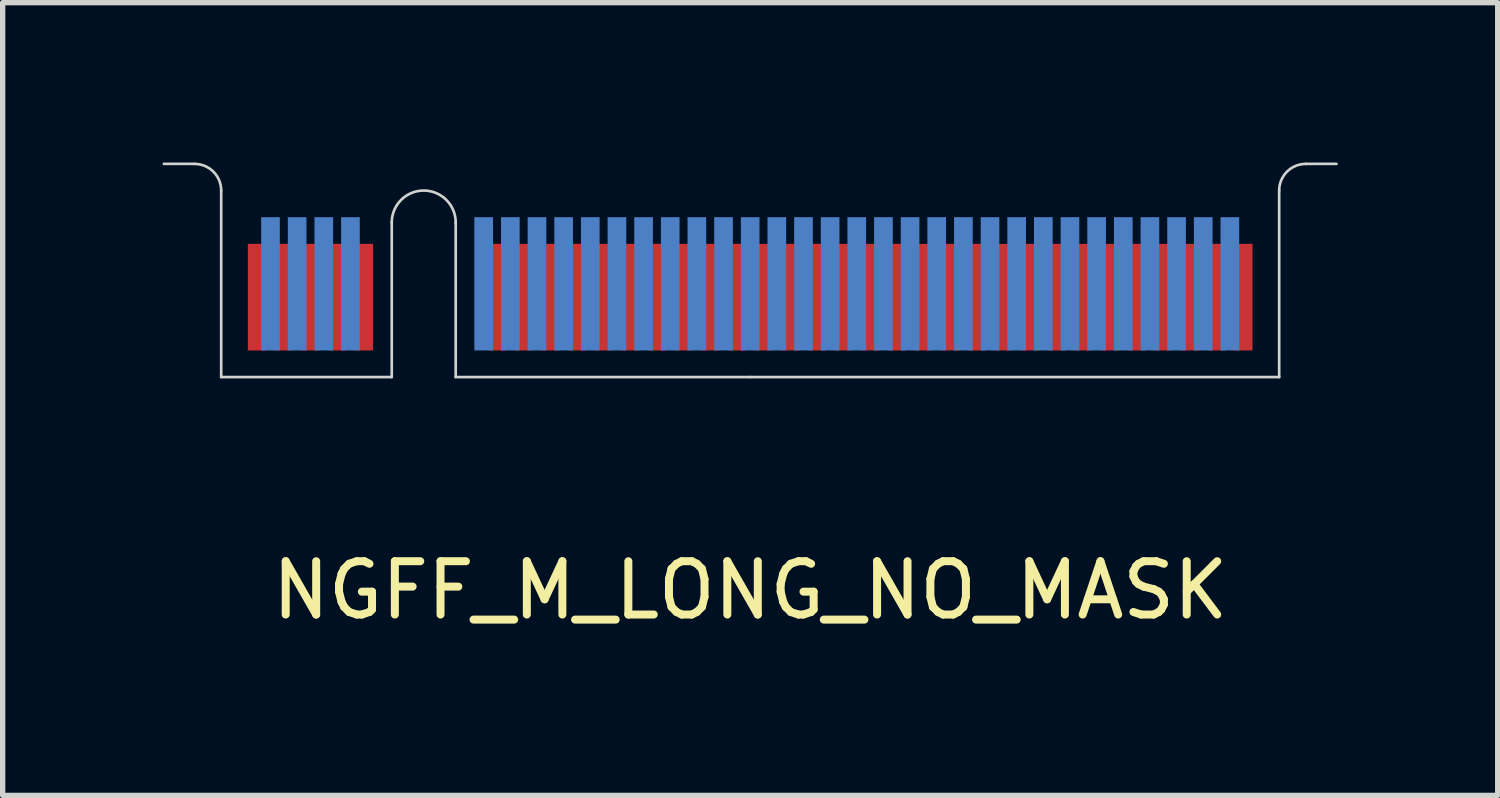
<source format=kicad_pcb>
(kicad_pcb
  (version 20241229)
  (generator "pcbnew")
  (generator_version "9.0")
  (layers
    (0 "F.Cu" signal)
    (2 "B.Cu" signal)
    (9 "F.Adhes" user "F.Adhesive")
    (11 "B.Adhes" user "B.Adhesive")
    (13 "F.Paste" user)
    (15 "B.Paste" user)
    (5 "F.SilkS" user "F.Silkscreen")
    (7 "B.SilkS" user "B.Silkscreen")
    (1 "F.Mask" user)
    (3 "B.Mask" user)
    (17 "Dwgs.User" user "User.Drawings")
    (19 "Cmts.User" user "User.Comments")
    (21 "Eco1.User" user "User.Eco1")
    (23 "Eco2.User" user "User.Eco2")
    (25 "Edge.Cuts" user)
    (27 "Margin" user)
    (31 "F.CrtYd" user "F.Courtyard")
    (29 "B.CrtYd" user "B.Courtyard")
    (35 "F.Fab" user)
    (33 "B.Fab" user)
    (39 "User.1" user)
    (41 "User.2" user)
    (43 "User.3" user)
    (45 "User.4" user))
  (footprint "NGFF_M_LONG_NO_MASK"
    (layer "F.Cu")
    (at 11.025 4.025)
    (property "Reference" "NGFF_M_LONG_NO_MASK" (at 0 4 0) (layer "F.SilkS") (effects (font (size 1 1) (thickness 0.15))))
    (attr smd allow_soldermask_bridges)
    (fp_rect (start -9.925 -2.7) (end -6.725 0) (stroke (width 0.1) (type solid)) (fill yes) (layer "F.Mask"))
    (fp_rect (start -5.525 -2.7) (end 9.925 0) (stroke (width 0.1) (type solid)) (fill yes) (layer "F.Mask"))
    (fp_rect (start -9.925 -3.2) (end -6.725 0) (stroke (width 0.1) (type solid)) (fill yes) (layer "B.Mask"))
    (fp_rect (start -5.525 -3.2) (end 9.925 0) (stroke (width 0.1) (type solid)) (fill yes) (layer "B.Mask"))
    (fp_line (start -11 -4) (end -10.425 -4) (stroke (width 0.05) (type solid)) (layer "Edge.Cuts"))
    (fp_line (start -9.925 -3.5) (end -9.925 0) (stroke (width 0.05) (type solid)) (layer "Edge.Cuts"))
    (fp_line (start -9.925 0) (end -6.725 0) (stroke (width 0.05) (type solid)) (layer "Edge.Cuts"))
    (fp_line (start -6.725 0) (end -6.725 -2.9) (stroke (width 0.05) (type solid)) (layer "Edge.Cuts"))
    (fp_line (start -5.525 -2.9) (end -5.525 0) (stroke (width 0.05) (type solid)) (layer "Edge.Cuts"))
    (fp_line (start -5.525 0) (end 0 0) (stroke (width 0.05) (type solid)) (layer "Edge.Cuts"))
    (fp_line (start 0 0) (end 9.925 0) (stroke (width 0.05) (type solid)) (layer "Edge.Cuts"))
    (fp_line (start 9.925 0) (end 9.925 -3.5) (stroke (width 0.05) (type solid)) (layer "Edge.Cuts"))
    (fp_line (start 10.425 -4) (end 11 -4) (stroke (width 0.05) (type solid)) (layer "Edge.Cuts"))
    (fp_arc (start -10.425 -4) (mid -10.071447 -3.853553) (end -9.925 -3.5) (stroke (width 0.05) (type solid)) (layer "Edge.Cuts"))
    (fp_arc (start -6.725 -2.9) (mid -6.125 -3.5) (end -5.525 -2.9) (stroke (width 0.05) (type solid)) (layer "Edge.Cuts"))
    (fp_arc (start 9.925 -3.5) (mid 10.071447 -3.853553) (end 10.425 -4) (stroke (width 0.05) (type solid)) (layer "Edge.Cuts"))
    (pad "1" smd rect (at 9.25 -1.5) (size 0.35 2) (layers "F.Cu"))
    (pad "2" smd rect (at 9 -1.75) (size 0.35 2.5) (layers "B.Cu"))
    (pad "3" smd rect (at 8.75 -1.5) (size 0.35 2) (layers "F.Cu"))
    (pad "4" smd rect (at 8.5 -1.75) (size 0.35 2.5) (layers "B.Cu"))
    (pad "5" smd rect (at 8.25 -1.5) (size 0.35 2) (layers "F.Cu"))
    (pad "6" smd rect (at 8 -1.75) (size 0.35 2.5) (layers "B.Cu"))
    (pad "7" smd rect (at 7.75 -1.5) (size 0.35 2) (layers "F.Cu"))
    (pad "8" smd rect (at 7.5 -1.75) (size 0.35 2.5) (layers "B.Cu"))
    (pad "9" smd rect (at 7.25 -1.5) (size 0.35 2) (layers "F.Cu"))
    (pad "10" smd rect (at 7 -1.75) (size 0.35 2.5) (layers "B.Cu"))
    (pad "11" smd rect (at 6.75 -1.5) (size 0.35 2) (layers "F.Cu"))
    (pad "12" smd rect (at 6.5 -1.75) (size 0.35 2.5) (layers "B.Cu"))
    (pad "13" smd rect (at 6.25 -1.5) (size 0.35 2) (layers "F.Cu"))
    (pad "14" smd rect (at 6 -1.75) (size 0.35 2.5) (layers "B.Cu"))
    (pad "15" smd rect (at 5.75 -1.5) (size 0.35 2) (layers "F.Cu"))
    (pad "16" smd rect (at 5.5 -1.75) (size 0.35 2.5) (layers "B.Cu"))
    (pad "17" smd rect (at 5.25 -1.5) (size 0.35 2) (layers "F.Cu"))
    (pad "18" smd rect (at 5 -1.75) (size 0.35 2.5) (layers "B.Cu"))
    (pad "19" smd rect (at 4.75 -1.5) (size 0.35 2) (layers "F.Cu"))
    (pad "20" smd rect (at 4.5 -1.75) (size 0.35 2.5) (layers "B.Cu"))
    (pad "21" smd rect (at 4.25 -1.5) (size 0.35 2) (layers "F.Cu"))
    (pad "22" smd rect (at 4 -1.75) (size 0.35 2.5) (layers "B.Cu"))
    (pad "23" smd rect (at 3.75 -1.5) (size 0.35 2) (layers "F.Cu"))
    (pad "24" smd rect (at 3.5 -1.75) (size 0.35 2.5) (layers "B.Cu"))
    (pad "25" smd rect (at 3.25 -1.5) (size 0.35 2) (layers "F.Cu"))
    (pad "26" smd rect (at 3 -1.75) (size 0.35 2.5) (layers "B.Cu"))
    (pad "27" smd rect (at 2.75 -1.5) (size 0.35 2) (layers "F.Cu"))
    (pad "28" smd rect (at 2.5 -1.75) (size 0.35 2.5) (layers "B.Cu"))
    (pad "29" smd rect (at 2.25 -1.5) (size 0.35 2) (layers "F.Cu"))
    (pad "30" smd rect (at 2 -1.75) (size 0.35 2.5) (layers "B.Cu"))
    (pad "31" smd rect (at 1.75 -1.5) (size 0.35 2) (layers "F.Cu"))
    (pad "32" smd rect (at 1.5 -1.75) (size 0.35 2.5) (layers "B.Cu"))
    (pad "33" smd rect (at 1.25 -1.5) (size 0.35 2) (layers "F.Cu"))
    (pad "34" smd rect (at 1 -1.75) (size 0.35 2.5) (layers "B.Cu"))
    (pad "35" smd rect (at 0.75 -1.5) (size 0.35 2) (layers "F.Cu"))
    (pad "36" smd rect (at 0.5 -1.75) (size 0.35 2.5) (layers "B.Cu"))
    (pad "37" smd rect (at 0.25 -1.5) (size 0.35 2) (layers "F.Cu"))
    (pad "38" smd rect (at 0 -1.75) (size 0.35 2.5) (layers "B.Cu"))
    (pad "39" smd rect (at -0.25 -1.5) (size 0.35 2) (layers "F.Cu"))
    (pad "40" smd rect (at -0.5 -1.75) (size 0.35 2.5) (layers "B.Cu"))
    (pad "41" smd rect (at -0.75 -1.5) (size 0.35 2) (layers "F.Cu"))
    (pad "42" smd rect (at -1 -1.75) (size 0.35 2.5) (layers "B.Cu"))
    (pad "43" smd rect (at -1.25 -1.5) (size 0.35 2) (layers "F.Cu"))
    (pad "44" smd rect (at -1.5 -1.75) (size 0.35 2.5) (layers "B.Cu"))
    (pad "45" smd rect (at -1.75 -1.5) (size 0.35 2) (layers "F.Cu"))
    (pad "46" smd rect (at -2 -1.75) (size 0.35 2.5) (layers "B.Cu"))
    (pad "47" smd rect (at -2.25 -1.5) (size 0.35 2) (layers "F.Cu"))
    (pad "48" smd rect (at -2.5 -1.75) (size 0.35 2.5) (layers "B.Cu"))
    (pad "49" smd rect (at -2.75 -1.5) (size 0.35 2) (layers "F.Cu"))
    (pad "50" smd rect (at -3 -1.75) (size 0.35 2.5) (layers "B.Cu"))
    (pad "51" smd rect (at -3.25 -1.5) (size 0.35 2) (layers "F.Cu"))
    (pad "52" smd rect (at -3.5 -1.75) (size 0.35 2.5) (layers "B.Cu"))
    (pad "53" smd rect (at -3.75 -1.5) (size 0.35 2) (layers "F.Cu"))
    (pad "54" smd rect (at -4 -1.75) (size 0.35 2.5) (layers "B.Cu"))
    (pad "55" smd rect (at -4.25 -1.5) (size 0.35 2) (layers "F.Cu"))
    (pad "56" smd rect (at -4.5 -1.75) (size 0.35 2.5) (layers "B.Cu"))
    (pad "57" smd rect (at -4.75 -1.5) (size 0.35 2) (layers "F.Cu"))
    (pad "58" smd rect (at -5 -1.75) (size 0.35 2.5) (layers "B.Cu"))
    (pad "67" smd rect (at -7.25 -1.5) (size 0.35 2) (layers "F.Cu"))
    (pad "68" smd rect (at -7.5 -1.75) (size 0.35 2.5) (layers "B.Cu"))
    (pad "69" smd rect (at -7.75 -1.5) (size 0.35 2) (layers "F.Cu"))
    (pad "70" smd rect (at -8 -1.75) (size 0.35 2.5) (layers "B.Cu"))
    (pad "71" smd rect (at -8.25 -1.5) (size 0.35 2) (layers "F.Cu"))
    (pad "72" smd rect (at -8.5 -1.75) (size 0.35 2.5) (layers "B.Cu"))
    (pad "73" smd rect (at -8.75 -1.5) (size 0.35 2) (layers "F.Cu"))
    (pad "74" smd rect (at -9 -1.75) (size 0.35 2.5) (layers "B.Cu"))
    (pad "75" smd rect (at -9.25 -1.5) (size 0.35 2) (layers "F.Cu")))
  (gr_rect
    (start -3 -3)
    (end 25.05 11.873)
    (stroke (width 0.1) (type default))
    (fill no)
    (layer "Edge.Cuts")))
</source>
